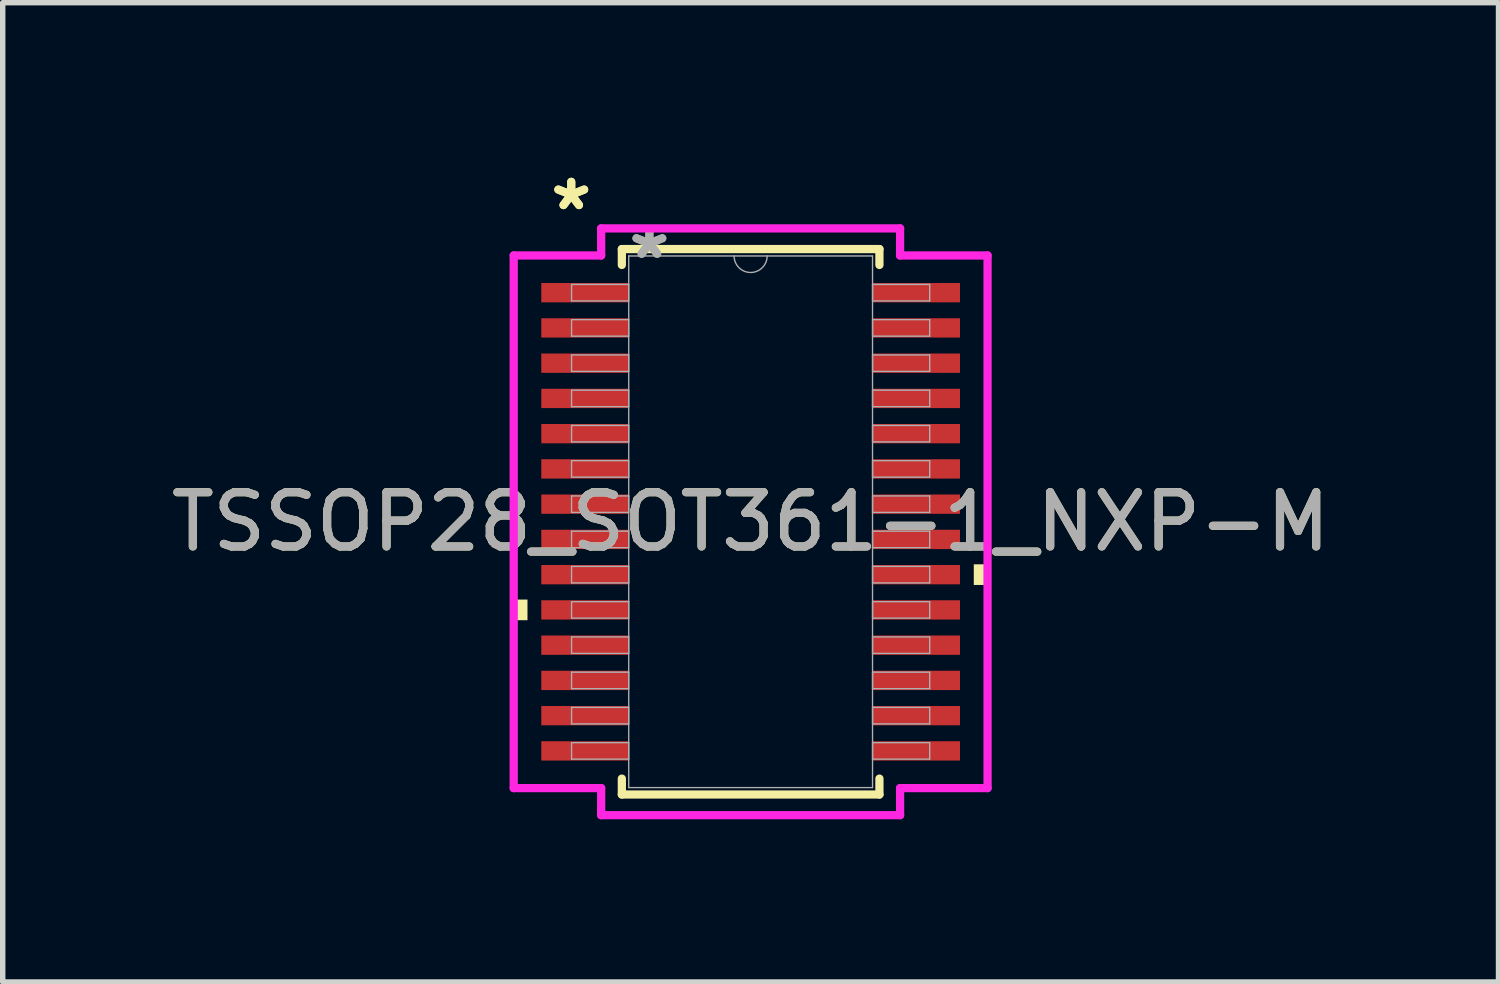
<source format=kicad_pcb>
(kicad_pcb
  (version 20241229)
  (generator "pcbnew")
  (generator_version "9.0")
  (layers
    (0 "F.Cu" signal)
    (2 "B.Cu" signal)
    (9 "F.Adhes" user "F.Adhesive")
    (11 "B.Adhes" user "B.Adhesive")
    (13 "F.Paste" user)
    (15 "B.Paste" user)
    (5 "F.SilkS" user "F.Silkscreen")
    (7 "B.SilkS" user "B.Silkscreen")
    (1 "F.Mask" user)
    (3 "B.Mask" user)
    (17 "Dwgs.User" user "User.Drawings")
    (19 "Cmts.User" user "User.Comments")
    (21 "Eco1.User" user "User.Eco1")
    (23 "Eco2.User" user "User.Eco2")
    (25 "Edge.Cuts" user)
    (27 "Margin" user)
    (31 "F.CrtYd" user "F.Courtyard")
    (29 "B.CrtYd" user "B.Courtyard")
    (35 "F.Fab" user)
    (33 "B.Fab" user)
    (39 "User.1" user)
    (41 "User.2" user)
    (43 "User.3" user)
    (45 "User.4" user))
  (footprint "TSSOP28_SOT361-1_NXP-M"
    (layer "F.Cu")
    (at 10.792 6.572)
    (property "Reference" "TSSOP28_SOT361-1_NXP-M" (at 0 0 0) (unlocked yes) (layer "F.SilkS") (effects (font (size 1 1) (thickness 0.15))))
    (attr smd)
    (fp_line (start -2.375 -5.029) (end -2.375 -4.736) (stroke (width 0.152) (type solid)) (layer "F.SilkS"))
    (fp_line (start -2.375 4.736) (end -2.375 5.029) (stroke (width 0.152) (type solid)) (layer "F.SilkS"))
    (fp_line (start -2.375 5.029) (end 2.375 5.029) (stroke (width 0.152) (type solid)) (layer "F.SilkS"))
    (fp_line (start 2.375 -5.029) (end -2.375 -5.029) (stroke (width 0.152) (type solid)) (layer "F.SilkS"))
    (fp_line (start 2.375 -4.736) (end 2.375 -5.029) (stroke (width 0.152) (type solid)) (layer "F.SilkS"))
    (fp_line (start 2.375 5.029) (end 2.375 4.736) (stroke (width 0.152) (type solid)) (layer "F.SilkS"))
    (fp_poly (pts (xy -4.369 1.434) (xy -4.369 1.815) (xy -4.115 1.815) (xy -4.115 1.434)) (stroke (width 0) (type solid)) (fill yes) (layer "F.SilkS"))
    (fp_poly (pts (xy 4.369 0.784) (xy 4.369 1.165) (xy 4.115 1.165) (xy 4.115 0.784)) (stroke (width 0) (type solid)) (fill yes) (layer "F.SilkS"))
    (fp_line (start -4.369 -4.911) (end -2.756 -4.911) (stroke (width 0.152) (type solid)) (layer "F.CrtYd"))
    (fp_line (start -4.369 4.911) (end -4.369 -4.911) (stroke (width 0.152) (type solid)) (layer "F.CrtYd"))
    (fp_line (start -4.369 4.911) (end -2.756 4.911) (stroke (width 0.152) (type solid)) (layer "F.CrtYd"))
    (fp_line (start -2.756 -5.41) (end 2.756 -5.41) (stroke (width 0.152) (type solid)) (layer "F.CrtYd"))
    (fp_line (start -2.756 -4.911) (end -2.756 -5.41) (stroke (width 0.152) (type solid)) (layer "F.CrtYd"))
    (fp_line (start -2.756 5.41) (end -2.756 4.911) (stroke (width 0.152) (type solid)) (layer "F.CrtYd"))
    (fp_line (start 2.756 -5.41) (end 2.756 -4.911) (stroke (width 0.152) (type solid)) (layer "F.CrtYd"))
    (fp_line (start 2.756 4.911) (end 2.756 5.41) (stroke (width 0.152) (type solid)) (layer "F.CrtYd"))
    (fp_line (start 2.756 5.41) (end -2.756 5.41) (stroke (width 0.152) (type solid)) (layer "F.CrtYd"))
    (fp_line (start 4.369 -4.911) (end 2.756 -4.911) (stroke (width 0.152) (type solid)) (layer "F.CrtYd"))
    (fp_line (start 4.369 -4.911) (end 4.369 4.911) (stroke (width 0.152) (type solid)) (layer "F.CrtYd"))
    (fp_line (start 4.369 4.911) (end 2.756 4.911) (stroke (width 0.152) (type solid)) (layer "F.CrtYd"))
    (fp_line (start -3.302 -4.377) (end -3.302 -4.073) (stroke (width 0.025) (type solid)) (layer "F.Fab"))
    (fp_line (start -3.302 -4.073) (end -2.248 -4.073) (stroke (width 0.025) (type solid)) (layer "F.Fab"))
    (fp_line (start -3.302 -3.727) (end -3.302 -3.423) (stroke (width 0.025) (type solid)) (layer "F.Fab"))
    (fp_line (start -3.302 -3.423) (end -2.248 -3.423) (stroke (width 0.025) (type solid)) (layer "F.Fab"))
    (fp_line (start -3.302 -3.077) (end -3.302 -2.773) (stroke (width 0.025) (type solid)) (layer "F.Fab"))
    (fp_line (start -3.302 -2.773) (end -2.248 -2.773) (stroke (width 0.025) (type solid)) (layer "F.Fab"))
    (fp_line (start -3.302 -2.427) (end -3.302 -2.123) (stroke (width 0.025) (type solid)) (layer "F.Fab"))
    (fp_line (start -3.302 -2.123) (end -2.248 -2.123) (stroke (width 0.025) (type solid)) (layer "F.Fab"))
    (fp_line (start -3.302 -1.777) (end -3.302 -1.473) (stroke (width 0.025) (type solid)) (layer "F.Fab"))
    (fp_line (start -3.302 -1.473) (end -2.248 -1.473) (stroke (width 0.025) (type solid)) (layer "F.Fab"))
    (fp_line (start -3.302 -1.127) (end -3.302 -0.823) (stroke (width 0.025) (type solid)) (layer "F.Fab"))
    (fp_line (start -3.302 -0.823) (end -2.248 -0.823) (stroke (width 0.025) (type solid)) (layer "F.Fab"))
    (fp_line (start -3.302 -0.477) (end -3.302 -0.173) (stroke (width 0.025) (type solid)) (layer "F.Fab"))
    (fp_line (start -3.302 -0.173) (end -2.248 -0.173) (stroke (width 0.025) (type solid)) (layer "F.Fab"))
    (fp_line (start -3.302 0.173) (end -3.302 0.477) (stroke (width 0.025) (type solid)) (layer "F.Fab"))
    (fp_line (start -3.302 0.477) (end -2.248 0.477) (stroke (width 0.025) (type solid)) (layer "F.Fab"))
    (fp_line (start -3.302 0.823) (end -3.302 1.127) (stroke (width 0.025) (type solid)) (layer "F.Fab"))
    (fp_line (start -3.302 1.127) (end -2.248 1.127) (stroke (width 0.025) (type solid)) (layer "F.Fab"))
    (fp_line (start -3.302 1.473) (end -3.302 1.777) (stroke (width 0.025) (type solid)) (layer "F.Fab"))
    (fp_line (start -3.302 1.777) (end -2.248 1.777) (stroke (width 0.025) (type solid)) (layer "F.Fab"))
    (fp_line (start -3.302 2.123) (end -3.302 2.427) (stroke (width 0.025) (type solid)) (layer "F.Fab"))
    (fp_line (start -3.302 2.427) (end -2.248 2.427) (stroke (width 0.025) (type solid)) (layer "F.Fab"))
    (fp_line (start -3.302 2.773) (end -3.302 3.077) (stroke (width 0.025) (type solid)) (layer "F.Fab"))
    (fp_line (start -3.302 3.077) (end -2.248 3.077) (stroke (width 0.025) (type solid)) (layer "F.Fab"))
    (fp_line (start -3.302 3.423) (end -3.302 3.727) (stroke (width 0.025) (type solid)) (layer "F.Fab"))
    (fp_line (start -3.302 3.727) (end -2.248 3.727) (stroke (width 0.025) (type solid)) (layer "F.Fab"))
    (fp_line (start -3.302 4.073) (end -3.302 4.377) (stroke (width 0.025) (type solid)) (layer "F.Fab"))
    (fp_line (start -3.302 4.377) (end -2.248 4.377) (stroke (width 0.025) (type solid)) (layer "F.Fab"))
    (fp_line (start -2.248 -4.902) (end -2.248 4.902) (stroke (width 0.025) (type solid)) (layer "F.Fab"))
    (fp_line (start -2.248 -4.377) (end -3.302 -4.377) (stroke (width 0.025) (type solid)) (layer "F.Fab"))
    (fp_line (start -2.248 -4.073) (end -2.248 -4.377) (stroke (width 0.025) (type solid)) (layer "F.Fab"))
    (fp_line (start -2.248 -3.727) (end -3.302 -3.727) (stroke (width 0.025) (type solid)) (layer "F.Fab"))
    (fp_line (start -2.248 -3.423) (end -2.248 -3.727) (stroke (width 0.025) (type solid)) (layer "F.Fab"))
    (fp_line (start -2.248 -3.077) (end -3.302 -3.077) (stroke (width 0.025) (type solid)) (layer "F.Fab"))
    (fp_line (start -2.248 -2.773) (end -2.248 -3.077) (stroke (width 0.025) (type solid)) (layer "F.Fab"))
    (fp_line (start -2.248 -2.427) (end -3.302 -2.427) (stroke (width 0.025) (type solid)) (layer "F.Fab"))
    (fp_line (start -2.248 -2.123) (end -2.248 -2.427) (stroke (width 0.025) (type solid)) (layer "F.Fab"))
    (fp_line (start -2.248 -1.777) (end -3.302 -1.777) (stroke (width 0.025) (type solid)) (layer "F.Fab"))
    (fp_line (start -2.248 -1.473) (end -2.248 -1.777) (stroke (width 0.025) (type solid)) (layer "F.Fab"))
    (fp_line (start -2.248 -1.127) (end -3.302 -1.127) (stroke (width 0.025) (type solid)) (layer "F.Fab"))
    (fp_line (start -2.248 -0.823) (end -2.248 -1.127) (stroke (width 0.025) (type solid)) (layer "F.Fab"))
    (fp_line (start -2.248 -0.477) (end -3.302 -0.477) (stroke (width 0.025) (type solid)) (layer "F.Fab"))
    (fp_line (start -2.248 -0.173) (end -2.248 -0.477) (stroke (width 0.025) (type solid)) (layer "F.Fab"))
    (fp_line (start -2.248 0.173) (end -3.302 0.173) (stroke (width 0.025) (type solid)) (layer "F.Fab"))
    (fp_line (start -2.248 0.477) (end -2.248 0.173) (stroke (width 0.025) (type solid)) (layer "F.Fab"))
    (fp_line (start -2.248 0.823) (end -3.302 0.823) (stroke (width 0.025) (type solid)) (layer "F.Fab"))
    (fp_line (start -2.248 1.127) (end -2.248 0.823) (stroke (width 0.025) (type solid)) (layer "F.Fab"))
    (fp_line (start -2.248 1.473) (end -3.302 1.473) (stroke (width 0.025) (type solid)) (layer "F.Fab"))
    (fp_line (start -2.248 1.777) (end -2.248 1.473) (stroke (width 0.025) (type solid)) (layer "F.Fab"))
    (fp_line (start -2.248 2.123) (end -3.302 2.123) (stroke (width 0.025) (type solid)) (layer "F.Fab"))
    (fp_line (start -2.248 2.427) (end -2.248 2.123) (stroke (width 0.025) (type solid)) (layer "F.Fab"))
    (fp_line (start -2.248 2.773) (end -3.302 2.773) (stroke (width 0.025) (type solid)) (layer "F.Fab"))
    (fp_line (start -2.248 3.077) (end -2.248 2.773) (stroke (width 0.025) (type solid)) (layer "F.Fab"))
    (fp_line (start -2.248 3.423) (end -3.302 3.423) (stroke (width 0.025) (type solid)) (layer "F.Fab"))
    (fp_line (start -2.248 3.727) (end -2.248 3.423) (stroke (width 0.025) (type solid)) (layer "F.Fab"))
    (fp_line (start -2.248 4.073) (end -3.302 4.073) (stroke (width 0.025) (type solid)) (layer "F.Fab"))
    (fp_line (start -2.248 4.377) (end -2.248 4.073) (stroke (width 0.025) (type solid)) (layer "F.Fab"))
    (fp_line (start -2.248 4.902) (end 2.248 4.902) (stroke (width 0.025) (type solid)) (layer "F.Fab"))
    (fp_line (start 2.248 -4.902) (end -2.248 -4.902) (stroke (width 0.025) (type solid)) (layer "F.Fab"))
    (fp_line (start 2.248 -4.377) (end 2.248 -4.073) (stroke (width 0.025) (type solid)) (layer "F.Fab"))
    (fp_line (start 2.248 -4.073) (end 3.302 -4.073) (stroke (width 0.025) (type solid)) (layer "F.Fab"))
    (fp_line (start 2.248 -3.727) (end 2.248 -3.423) (stroke (width 0.025) (type solid)) (layer "F.Fab"))
    (fp_line (start 2.248 -3.423) (end 3.302 -3.423) (stroke (width 0.025) (type solid)) (layer "F.Fab"))
    (fp_line (start 2.248 -3.077) (end 2.248 -2.773) (stroke (width 0.025) (type solid)) (layer "F.Fab"))
    (fp_line (start 2.248 -2.773) (end 3.302 -2.773) (stroke (width 0.025) (type solid)) (layer "F.Fab"))
    (fp_line (start 2.248 -2.427) (end 2.248 -2.123) (stroke (width 0.025) (type solid)) (layer "F.Fab"))
    (fp_line (start 2.248 -2.123) (end 3.302 -2.123) (stroke (width 0.025) (type solid)) (layer "F.Fab"))
    (fp_line (start 2.248 -1.777) (end 2.248 -1.473) (stroke (width 0.025) (type solid)) (layer "F.Fab"))
    (fp_line (start 2.248 -1.473) (end 3.302 -1.473) (stroke (width 0.025) (type solid)) (layer "F.Fab"))
    (fp_line (start 2.248 -1.127) (end 2.248 -0.823) (stroke (width 0.025) (type solid)) (layer "F.Fab"))
    (fp_line (start 2.248 -0.823) (end 3.302 -0.823) (stroke (width 0.025) (type solid)) (layer "F.Fab"))
    (fp_line (start 2.248 -0.477) (end 2.248 -0.173) (stroke (width 0.025) (type solid)) (layer "F.Fab"))
    (fp_line (start 2.248 -0.173) (end 3.302 -0.173) (stroke (width 0.025) (type solid)) (layer "F.Fab"))
    (fp_line (start 2.248 0.173) (end 2.248 0.477) (stroke (width 0.025) (type solid)) (layer "F.Fab"))
    (fp_line (start 2.248 0.477) (end 3.302 0.477) (stroke (width 0.025) (type solid)) (layer "F.Fab"))
    (fp_line (start 2.248 0.823) (end 2.248 1.127) (stroke (width 0.025) (type solid)) (layer "F.Fab"))
    (fp_line (start 2.248 1.127) (end 3.302 1.127) (stroke (width 0.025) (type solid)) (layer "F.Fab"))
    (fp_line (start 2.248 1.473) (end 2.248 1.777) (stroke (width 0.025) (type solid)) (layer "F.Fab"))
    (fp_line (start 2.248 1.777) (end 3.302 1.777) (stroke (width 0.025) (type solid)) (layer "F.Fab"))
    (fp_line (start 2.248 2.123) (end 2.248 2.427) (stroke (width 0.025) (type solid)) (layer "F.Fab"))
    (fp_line (start 2.248 2.427) (end 3.302 2.427) (stroke (width 0.025) (type solid)) (layer "F.Fab"))
    (fp_line (start 2.248 2.773) (end 2.248 3.077) (stroke (width 0.025) (type solid)) (layer "F.Fab"))
    (fp_line (start 2.248 3.077) (end 3.302 3.077) (stroke (width 0.025) (type solid)) (layer "F.Fab"))
    (fp_line (start 2.248 3.423) (end 2.248 3.727) (stroke (width 0.025) (type solid)) (layer "F.Fab"))
    (fp_line (start 2.248 3.727) (end 3.302 3.727) (stroke (width 0.025) (type solid)) (layer "F.Fab"))
    (fp_line (start 2.248 4.073) (end 2.248 4.377) (stroke (width 0.025) (type solid)) (layer "F.Fab"))
    (fp_line (start 2.248 4.377) (end 3.302 4.377) (stroke (width 0.025) (type solid)) (layer "F.Fab"))
    (fp_line (start 2.248 4.902) (end 2.248 -4.902) (stroke (width 0.025) (type solid)) (layer "F.Fab"))
    (fp_line (start 3.302 -4.377) (end 2.248 -4.377) (stroke (width 0.025) (type solid)) (layer "F.Fab"))
    (fp_line (start 3.302 -4.073) (end 3.302 -4.377) (stroke (width 0.025) (type solid)) (layer "F.Fab"))
    (fp_line (start 3.302 -3.727) (end 2.248 -3.727) (stroke (width 0.025) (type solid)) (layer "F.Fab"))
    (fp_line (start 3.302 -3.423) (end 3.302 -3.727) (stroke (width 0.025) (type solid)) (layer "F.Fab"))
    (fp_line (start 3.302 -3.077) (end 2.248 -3.077) (stroke (width 0.025) (type solid)) (layer "F.Fab"))
    (fp_line (start 3.302 -2.773) (end 3.302 -3.077) (stroke (width 0.025) (type solid)) (layer "F.Fab"))
    (fp_line (start 3.302 -2.427) (end 2.248 -2.427) (stroke (width 0.025) (type solid)) (layer "F.Fab"))
    (fp_line (start 3.302 -2.123) (end 3.302 -2.427) (stroke (width 0.025) (type solid)) (layer "F.Fab"))
    (fp_line (start 3.302 -1.777) (end 2.248 -1.777) (stroke (width 0.025) (type solid)) (layer "F.Fab"))
    (fp_line (start 3.302 -1.473) (end 3.302 -1.777) (stroke (width 0.025) (type solid)) (layer "F.Fab"))
    (fp_line (start 3.302 -1.127) (end 2.248 -1.127) (stroke (width 0.025) (type solid)) (layer "F.Fab"))
    (fp_line (start 3.302 -0.823) (end 3.302 -1.127) (stroke (width 0.025) (type solid)) (layer "F.Fab"))
    (fp_line (start 3.302 -0.477) (end 2.248 -0.477) (stroke (width 0.025) (type solid)) (layer "F.Fab"))
    (fp_line (start 3.302 -0.173) (end 3.302 -0.477) (stroke (width 0.025) (type solid)) (layer "F.Fab"))
    (fp_line (start 3.302 0.173) (end 2.248 0.173) (stroke (width 0.025) (type solid)) (layer "F.Fab"))
    (fp_line (start 3.302 0.477) (end 3.302 0.173) (stroke (width 0.025) (type solid)) (layer "F.Fab"))
    (fp_line (start 3.302 0.823) (end 2.248 0.823) (stroke (width 0.025) (type solid)) (layer "F.Fab"))
    (fp_line (start 3.302 1.127) (end 3.302 0.823) (stroke (width 0.025) (type solid)) (layer "F.Fab"))
    (fp_line (start 3.302 1.473) (end 2.248 1.473) (stroke (width 0.025) (type solid)) (layer "F.Fab"))
    (fp_line (start 3.302 1.777) (end 3.302 1.473) (stroke (width 0.025) (type solid)) (layer "F.Fab"))
    (fp_line (start 3.302 2.123) (end 2.248 2.123) (stroke (width 0.025) (type solid)) (layer "F.Fab"))
    (fp_line (start 3.302 2.427) (end 3.302 2.123) (stroke (width 0.025) (type solid)) (layer "F.Fab"))
    (fp_line (start 3.302 2.773) (end 2.248 2.773) (stroke (width 0.025) (type solid)) (layer "F.Fab"))
    (fp_line (start 3.302 3.077) (end 3.302 2.773) (stroke (width 0.025) (type solid)) (layer "F.Fab"))
    (fp_line (start 3.302 3.423) (end 2.248 3.423) (stroke (width 0.025) (type solid)) (layer "F.Fab"))
    (fp_line (start 3.302 3.727) (end 3.302 3.423) (stroke (width 0.025) (type solid)) (layer "F.Fab"))
    (fp_line (start 3.302 4.073) (end 2.248 4.073) (stroke (width 0.025) (type solid)) (layer "F.Fab"))
    (fp_line (start 3.302 4.377) (end 3.302 4.073) (stroke (width 0.025) (type solid)) (layer "F.Fab"))
    (fp_arc (start 0.3048 -4.9022) (mid 0 -4.5974) (end -0.3048 -4.9022) (stroke (width 0.0254) (type solid)) (layer "F.Fab"))
    (fp_text user "*" (at -3.308 -5.724 0) (layer "F.SilkS") (effects (font (size 1 1) (thickness 0.15))))
    (fp_text user "*" (at -3.308 -5.724 0) (unlocked yes) (layer "F.SilkS") (effects (font (size 1 1) (thickness 0.15))))
    (fp_text user "*" (at -1.867 -4.826 0) (unlocked yes) (layer "F.Fab") (effects (font (size 1 1) (thickness 0.15))))
    (fp_text user "${REFERENCE}" (at 0 0 0) (unlocked yes) (layer "F.Fab") (effects (font (size 1 1) (thickness 0.15))))
    (fp_text user "*" (at -1.867 -4.826 0) (layer "F.Fab") (effects (font (size 1 1) (thickness 0.15))))
    (pad "1" smd rect (at -3.054 -4.225) (size 1.613 0.356) (layers "F.Cu" "F.Mask" "F.Paste"))
    (pad "2" smd rect (at -3.054 -3.575) (size 1.613 0.356) (layers "F.Cu" "F.Mask" "F.Paste"))
    (pad "3" smd rect (at -3.054 -2.925) (size 1.613 0.356) (layers "F.Cu" "F.Mask" "F.Paste"))
    (pad "4" smd rect (at -3.054 -2.275) (size 1.613 0.356) (layers "F.Cu" "F.Mask" "F.Paste"))
    (pad "5" smd rect (at -3.054 -1.625) (size 1.613 0.356) (layers "F.Cu" "F.Mask" "F.Paste"))
    (pad "6" smd rect (at -3.054 -0.975) (size 1.613 0.356) (layers "F.Cu" "F.Mask" "F.Paste"))
    (pad "7" smd rect (at -3.054 -0.325) (size 1.613 0.356) (layers "F.Cu" "F.Mask" "F.Paste"))
    (pad "8" smd rect (at -3.054 0.325) (size 1.613 0.356) (layers "F.Cu" "F.Mask" "F.Paste"))
    (pad "9" smd rect (at -3.054 0.975) (size 1.613 0.356) (layers "F.Cu" "F.Mask" "F.Paste"))
    (pad "10" smd rect (at -3.054 1.625) (size 1.613 0.356) (layers "F.Cu" "F.Mask" "F.Paste"))
    (pad "11" smd rect (at -3.054 2.275) (size 1.613 0.356) (layers "F.Cu" "F.Mask" "F.Paste"))
    (pad "12" smd rect (at -3.054 2.925) (size 1.613 0.356) (layers "F.Cu" "F.Mask" "F.Paste"))
    (pad "13" smd rect (at -3.054 3.575) (size 1.613 0.356) (layers "F.Cu" "F.Mask" "F.Paste"))
    (pad "14" smd rect (at -3.054 4.225) (size 1.613 0.356) (layers "F.Cu" "F.Mask" "F.Paste"))
    (pad "15" smd rect (at 3.054 4.225) (size 1.613 0.356) (layers "F.Cu" "F.Mask" "F.Paste"))
    (pad "16" smd rect (at 3.054 3.575) (size 1.613 0.356) (layers "F.Cu" "F.Mask" "F.Paste"))
    (pad "17" smd rect (at 3.054 2.925) (size 1.613 0.356) (layers "F.Cu" "F.Mask" "F.Paste"))
    (pad "18" smd rect (at 3.054 2.275) (size 1.613 0.356) (layers "F.Cu" "F.Mask" "F.Paste"))
    (pad "19" smd rect (at 3.054 1.625) (size 1.613 0.356) (layers "F.Cu" "F.Mask" "F.Paste"))
    (pad "20" smd rect (at 3.054 0.975) (size 1.613 0.356) (layers "F.Cu" "F.Mask" "F.Paste"))
    (pad "21" smd rect (at 3.054 0.325) (size 1.613 0.356) (layers "F.Cu" "F.Mask" "F.Paste"))
    (pad "22" smd rect (at 3.054 -0.325) (size 1.613 0.356) (layers "F.Cu" "F.Mask" "F.Paste"))
    (pad "23" smd rect (at 3.054 -0.975) (size 1.613 0.356) (layers "F.Cu" "F.Mask" "F.Paste"))
    (pad "24" smd rect (at 3.054 -1.625) (size 1.613 0.356) (layers "F.Cu" "F.Mask" "F.Paste"))
    (pad "25" smd rect (at 3.054 -2.275) (size 1.613 0.356) (layers "F.Cu" "F.Mask" "F.Paste"))
    (pad "26" smd rect (at 3.054 -2.925) (size 1.613 0.356) (layers "F.Cu" "F.Mask" "F.Paste"))
    (pad "27" smd rect (at 3.054 -3.575) (size 1.613 0.356) (layers "F.Cu" "F.Mask" "F.Paste"))
    (pad "28" smd rect (at 3.054 -4.225) (size 1.613 0.356) (layers "F.Cu" "F.Mask" "F.Paste")))
  (gr_rect
    (start -3 -3)
    (end 24.583 15.058)
    (stroke (width 0.1) (type default))
    (fill no)
    (layer "Edge.Cuts")))
</source>
